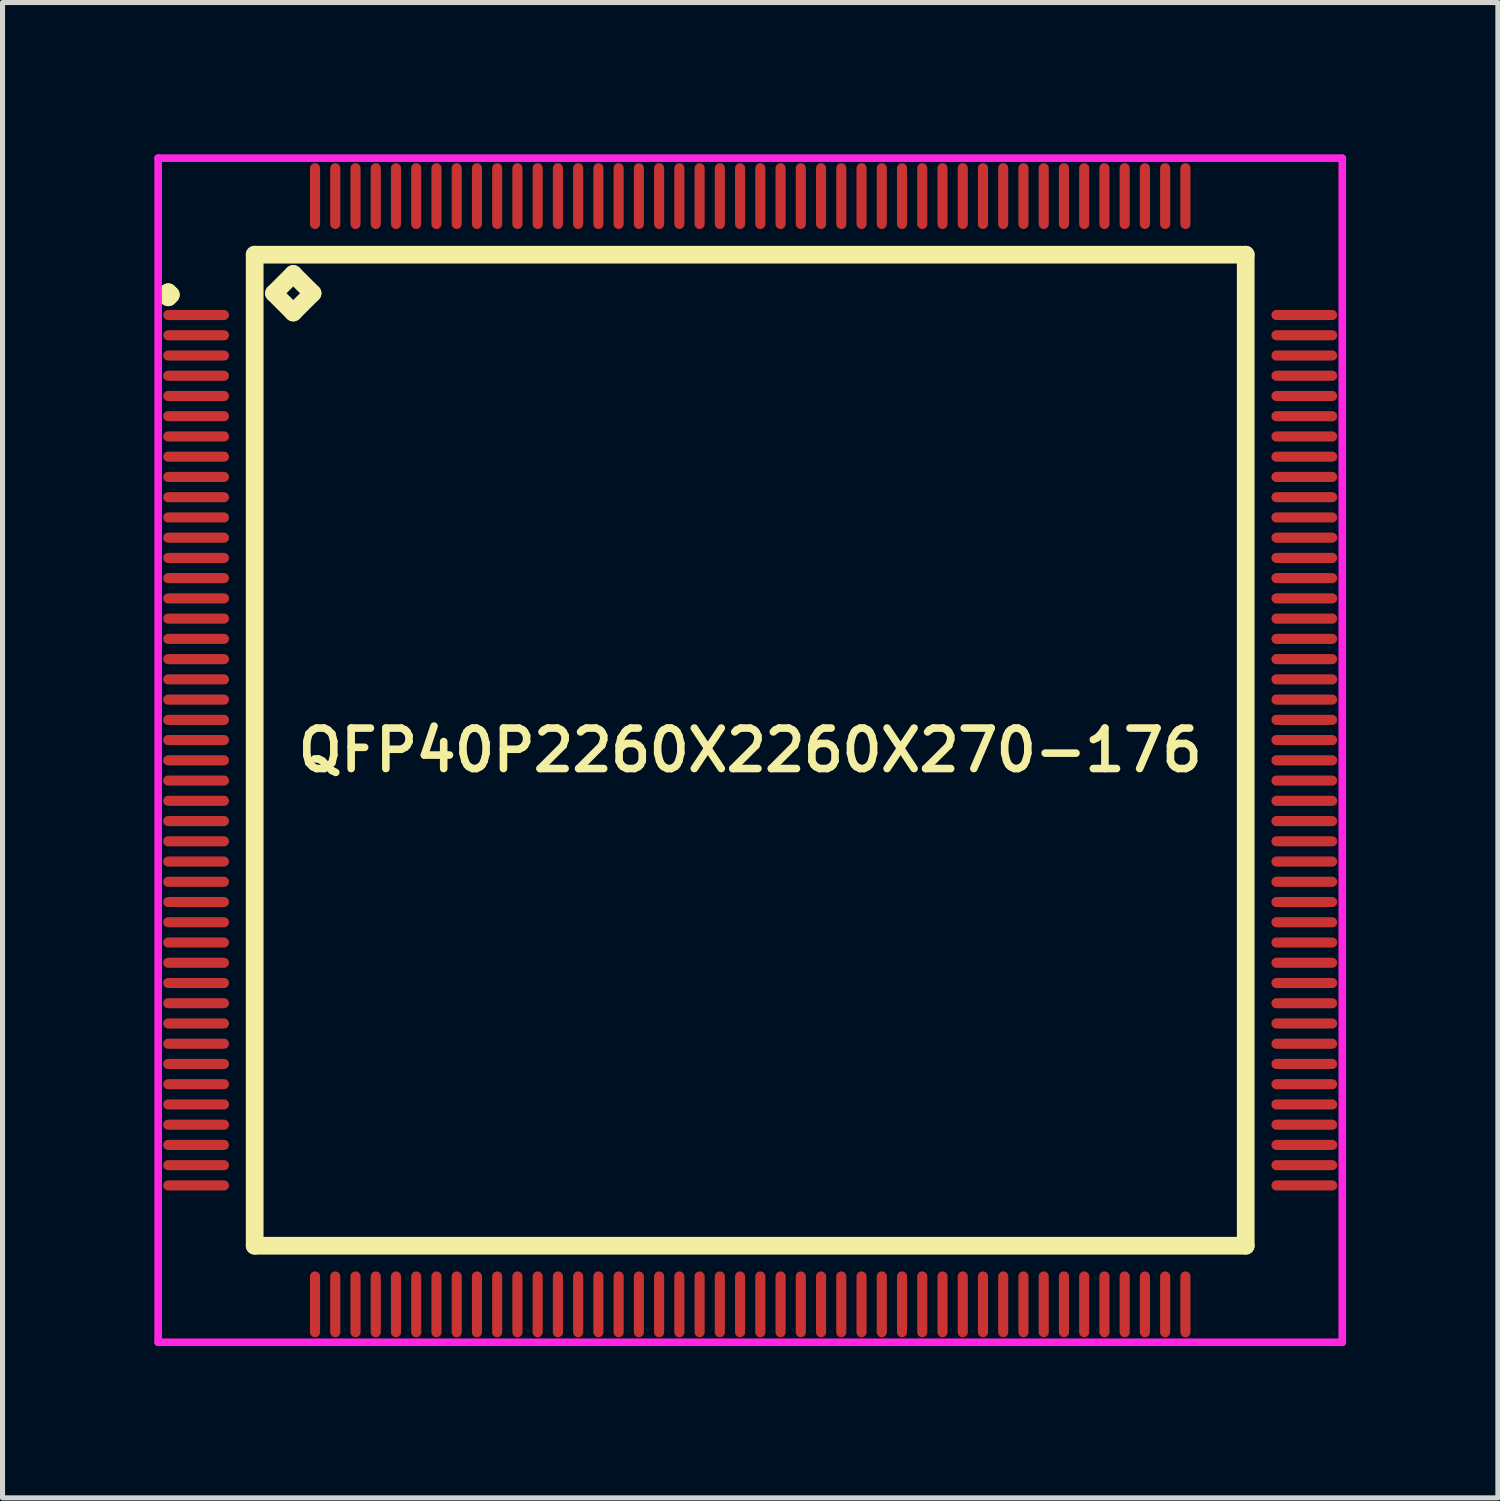
<source format=kicad_pcb>
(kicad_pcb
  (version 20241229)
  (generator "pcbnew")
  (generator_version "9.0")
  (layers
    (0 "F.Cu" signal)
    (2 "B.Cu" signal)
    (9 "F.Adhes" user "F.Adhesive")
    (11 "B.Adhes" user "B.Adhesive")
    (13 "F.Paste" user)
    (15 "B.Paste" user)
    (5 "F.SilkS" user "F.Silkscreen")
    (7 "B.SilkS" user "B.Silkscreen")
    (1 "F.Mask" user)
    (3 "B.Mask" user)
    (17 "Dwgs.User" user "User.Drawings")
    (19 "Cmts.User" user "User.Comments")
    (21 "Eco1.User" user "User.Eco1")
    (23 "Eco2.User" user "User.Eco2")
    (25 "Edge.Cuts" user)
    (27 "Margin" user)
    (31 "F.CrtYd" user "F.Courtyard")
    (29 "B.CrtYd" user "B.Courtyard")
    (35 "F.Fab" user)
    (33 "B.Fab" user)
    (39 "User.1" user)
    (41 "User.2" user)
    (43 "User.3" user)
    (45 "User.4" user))
  (footprint "QFP40P2260X2260X270-176"
    (layer "F.Cu")
    (at 11.775 11.775)
    (property "Reference" "QFP40P2260X2260X270-176" (at 0 0 0) (layer "F.SilkS") (effects (font (size 0.8 0.8) (thickness 0.15))))
    (attr smd)
    (fp_line (start -11.55 -9) (end -11.5 -9.05) (stroke (width 0.35) (type solid)) (layer "F.SilkS"))
    (fp_line (start -11.5 -9.05) (end -11.45 -9) (stroke (width 0.35) (type solid)) (layer "F.SilkS"))
    (fp_line (start -11.5 -8.95) (end -11.55 -9) (stroke (width 0.35) (type solid)) (layer "F.SilkS"))
    (fp_line (start -11.45 -9) (end -11.5 -8.95) (stroke (width 0.35) (type solid)) (layer "F.SilkS"))
    (fp_line (start -9.792 -9.792) (end -9.792 9.792) (stroke (width 0.35) (type solid)) (layer "F.SilkS"))
    (fp_line (start -9.792 9.792) (end 9.792 9.792) (stroke (width 0.35) (type solid)) (layer "F.SilkS"))
    (fp_line (start -9.411 -9.03) (end -9.03 -9.411) (stroke (width 0.35) (type solid)) (layer "F.SilkS"))
    (fp_line (start -9.03 -9.411) (end -8.649 -9.03) (stroke (width 0.35) (type solid)) (layer "F.SilkS"))
    (fp_line (start -9.03 -8.649) (end -9.411 -9.03) (stroke (width 0.35) (type solid)) (layer "F.SilkS"))
    (fp_line (start -8.649 -9.03) (end -9.03 -8.649) (stroke (width 0.35) (type solid)) (layer "F.SilkS"))
    (fp_line (start 9.792 -9.792) (end -9.792 -9.792) (stroke (width 0.35) (type solid)) (layer "F.SilkS"))
    (fp_line (start 9.792 9.792) (end 9.792 -9.792) (stroke (width 0.35) (type solid)) (layer "F.SilkS"))
    (fp_line (start -11.7 -11.7) (end 11.7 -11.7) (stroke (width 0.15) (type solid)) (layer "F.CrtYd"))
    (fp_line (start -11.7 11.7) (end -11.7 -11.7) (stroke (width 0.15) (type solid)) (layer "F.CrtYd"))
    (fp_line (start 11.7 -11.7) (end 11.7 11.7) (stroke (width 0.15) (type solid)) (layer "F.CrtYd"))
    (fp_line (start 11.7 11.7) (end -11.7 11.7) (stroke (width 0.15) (type solid)) (layer "F.CrtYd"))
    (pad "1" smd oval (at -10.95 -8.6) (size 1.3 0.2) (layers "F.Cu" "F.Mask" "F.Paste"))
    (pad "2" smd oval (at -10.95 -8.2) (size 1.3 0.2) (layers "F.Cu" "F.Mask" "F.Paste"))
    (pad "3" smd oval (at -10.95 -7.8) (size 1.3 0.2) (layers "F.Cu" "F.Mask" "F.Paste"))
    (pad "4" smd oval (at -10.95 -7.4) (size 1.3 0.2) (layers "F.Cu" "F.Mask" "F.Paste"))
    (pad "5" smd oval (at -10.95 -7) (size 1.3 0.2) (layers "F.Cu" "F.Mask" "F.Paste"))
    (pad "6" smd oval (at -10.95 -6.6) (size 1.3 0.2) (layers "F.Cu" "F.Mask" "F.Paste"))
    (pad "7" smd oval (at -10.95 -6.2) (size 1.3 0.2) (layers "F.Cu" "F.Mask" "F.Paste"))
    (pad "8" smd oval (at -10.95 -5.8) (size 1.3 0.2) (layers "F.Cu" "F.Mask" "F.Paste"))
    (pad "9" smd oval (at -10.95 -5.4) (size 1.3 0.2) (layers "F.Cu" "F.Mask" "F.Paste"))
    (pad "10" smd oval (at -10.95 -5) (size 1.3 0.2) (layers "F.Cu" "F.Mask" "F.Paste"))
    (pad "11" smd oval (at -10.95 -4.6) (size 1.3 0.2) (layers "F.Cu" "F.Mask" "F.Paste"))
    (pad "12" smd oval (at -10.95 -4.2) (size 1.3 0.2) (layers "F.Cu" "F.Mask" "F.Paste"))
    (pad "13" smd oval (at -10.95 -3.8) (size 1.3 0.2) (layers "F.Cu" "F.Mask" "F.Paste"))
    (pad "14" smd oval (at -10.95 -3.4) (size 1.3 0.2) (layers "F.Cu" "F.Mask" "F.Paste"))
    (pad "15" smd oval (at -10.95 -3) (size 1.3 0.2) (layers "F.Cu" "F.Mask" "F.Paste"))
    (pad "16" smd oval (at -10.95 -2.6) (size 1.3 0.2) (layers "F.Cu" "F.Mask" "F.Paste"))
    (pad "17" smd oval (at -10.95 -2.2) (size 1.3 0.2) (layers "F.Cu" "F.Mask" "F.Paste"))
    (pad "18" smd oval (at -10.95 -1.8) (size 1.3 0.2) (layers "F.Cu" "F.Mask" "F.Paste"))
    (pad "19" smd oval (at -10.95 -1.4) (size 1.3 0.2) (layers "F.Cu" "F.Mask" "F.Paste"))
    (pad "20" smd oval (at -10.95 -1) (size 1.3 0.2) (layers "F.Cu" "F.Mask" "F.Paste"))
    (pad "21" smd oval (at -10.95 -0.6) (size 1.3 0.2) (layers "F.Cu" "F.Mask" "F.Paste"))
    (pad "22" smd oval (at -10.95 -0.2) (size 1.3 0.2) (layers "F.Cu" "F.Mask" "F.Paste"))
    (pad "23" smd oval (at -10.95 0.2) (size 1.3 0.2) (layers "F.Cu" "F.Mask" "F.Paste"))
    (pad "24" smd oval (at -10.95 0.6) (size 1.3 0.2) (layers "F.Cu" "F.Mask" "F.Paste"))
    (pad "25" smd oval (at -10.95 1) (size 1.3 0.2) (layers "F.Cu" "F.Mask" "F.Paste"))
    (pad "26" smd oval (at -10.95 1.4) (size 1.3 0.2) (layers "F.Cu" "F.Mask" "F.Paste"))
    (pad "27" smd oval (at -10.95 1.8) (size 1.3 0.2) (layers "F.Cu" "F.Mask" "F.Paste"))
    (pad "28" smd oval (at -10.95 2.2) (size 1.3 0.2) (layers "F.Cu" "F.Mask" "F.Paste"))
    (pad "29" smd oval (at -10.95 2.6) (size 1.3 0.2) (layers "F.Cu" "F.Mask" "F.Paste"))
    (pad "30" smd oval (at -10.95 3) (size 1.3 0.2) (layers "F.Cu" "F.Mask" "F.Paste"))
    (pad "31" smd oval (at -10.95 3.4) (size 1.3 0.2) (layers "F.Cu" "F.Mask" "F.Paste"))
    (pad "32" smd oval (at -10.95 3.8) (size 1.3 0.2) (layers "F.Cu" "F.Mask" "F.Paste"))
    (pad "33" smd oval (at -10.95 4.2) (size 1.3 0.2) (layers "F.Cu" "F.Mask" "F.Paste"))
    (pad "34" smd oval (at -10.95 4.6) (size 1.3 0.2) (layers "F.Cu" "F.Mask" "F.Paste"))
    (pad "35" smd oval (at -10.95 5) (size 1.3 0.2) (layers "F.Cu" "F.Mask" "F.Paste"))
    (pad "36" smd oval (at -10.95 5.4) (size 1.3 0.2) (layers "F.Cu" "F.Mask" "F.Paste"))
    (pad "37" smd oval (at -10.95 5.8) (size 1.3 0.2) (layers "F.Cu" "F.Mask" "F.Paste"))
    (pad "38" smd oval (at -10.95 6.2) (size 1.3 0.2) (layers "F.Cu" "F.Mask" "F.Paste"))
    (pad "39" smd oval (at -10.95 6.6) (size 1.3 0.2) (layers "F.Cu" "F.Mask" "F.Paste"))
    (pad "40" smd oval (at -10.95 7) (size 1.3 0.2) (layers "F.Cu" "F.Mask" "F.Paste"))
    (pad "41" smd oval (at -10.95 7.4) (size 1.3 0.2) (layers "F.Cu" "F.Mask" "F.Paste"))
    (pad "42" smd oval (at -10.95 7.8) (size 1.3 0.2) (layers "F.Cu" "F.Mask" "F.Paste"))
    (pad "43" smd oval (at -10.95 8.2) (size 1.3 0.2) (layers "F.Cu" "F.Mask" "F.Paste"))
    (pad "44" smd oval (at -10.95 8.6) (size 1.3 0.2) (layers "F.Cu" "F.Mask" "F.Paste"))
    (pad "45" smd oval (at -8.6 10.95) (size 0.2 1.3) (layers "F.Cu" "F.Mask" "F.Paste"))
    (pad "46" smd oval (at -8.2 10.95) (size 0.2 1.3) (layers "F.Cu" "F.Mask" "F.Paste"))
    (pad "47" smd oval (at -7.8 10.95) (size 0.2 1.3) (layers "F.Cu" "F.Mask" "F.Paste"))
    (pad "48" smd oval (at -7.4 10.95) (size 0.2 1.3) (layers "F.Cu" "F.Mask" "F.Paste"))
    (pad "49" smd oval (at -7 10.95) (size 0.2 1.3) (layers "F.Cu" "F.Mask" "F.Paste"))
    (pad "50" smd oval (at -6.6 10.95) (size 0.2 1.3) (layers "F.Cu" "F.Mask" "F.Paste"))
    (pad "51" smd oval (at -6.2 10.95) (size 0.2 1.3) (layers "F.Cu" "F.Mask" "F.Paste"))
    (pad "52" smd oval (at -5.8 10.95) (size 0.2 1.3) (layers "F.Cu" "F.Mask" "F.Paste"))
    (pad "53" smd oval (at -5.4 10.95) (size 0.2 1.3) (layers "F.Cu" "F.Mask" "F.Paste"))
    (pad "54" smd oval (at -5 10.95) (size 0.2 1.3) (layers "F.Cu" "F.Mask" "F.Paste"))
    (pad "55" smd oval (at -4.6 10.95) (size 0.2 1.3) (layers "F.Cu" "F.Mask" "F.Paste"))
    (pad "56" smd oval (at -4.2 10.95) (size 0.2 1.3) (layers "F.Cu" "F.Mask" "F.Paste"))
    (pad "57" smd oval (at -3.8 10.95) (size 0.2 1.3) (layers "F.Cu" "F.Mask" "F.Paste"))
    (pad "58" smd oval (at -3.4 10.95) (size 0.2 1.3) (layers "F.Cu" "F.Mask" "F.Paste"))
    (pad "59" smd oval (at -3 10.95) (size 0.2 1.3) (layers "F.Cu" "F.Mask" "F.Paste"))
    (pad "60" smd oval (at -2.6 10.95) (size 0.2 1.3) (layers "F.Cu" "F.Mask" "F.Paste"))
    (pad "61" smd oval (at -2.2 10.95) (size 0.2 1.3) (layers "F.Cu" "F.Mask" "F.Paste"))
    (pad "62" smd oval (at -1.8 10.95) (size 0.2 1.3) (layers "F.Cu" "F.Mask" "F.Paste"))
    (pad "63" smd oval (at -1.4 10.95) (size 0.2 1.3) (layers "F.Cu" "F.Mask" "F.Paste"))
    (pad "64" smd oval (at -1 10.95) (size 0.2 1.3) (layers "F.Cu" "F.Mask" "F.Paste"))
    (pad "65" smd oval (at -0.6 10.95) (size 0.2 1.3) (layers "F.Cu" "F.Mask" "F.Paste"))
    (pad "66" smd oval (at -0.2 10.95) (size 0.2 1.3) (layers "F.Cu" "F.Mask" "F.Paste"))
    (pad "67" smd oval (at 0.2 10.95) (size 0.2 1.3) (layers "F.Cu" "F.Mask" "F.Paste"))
    (pad "68" smd oval (at 0.6 10.95) (size 0.2 1.3) (layers "F.Cu" "F.Mask" "F.Paste"))
    (pad "69" smd oval (at 1 10.95) (size 0.2 1.3) (layers "F.Cu" "F.Mask" "F.Paste"))
    (pad "70" smd oval (at 1.4 10.95) (size 0.2 1.3) (layers "F.Cu" "F.Mask" "F.Paste"))
    (pad "71" smd oval (at 1.8 10.95) (size 0.2 1.3) (layers "F.Cu" "F.Mask" "F.Paste"))
    (pad "72" smd oval (at 2.2 10.95) (size 0.2 1.3) (layers "F.Cu" "F.Mask" "F.Paste"))
    (pad "73" smd oval (at 2.6 10.95) (size 0.2 1.3) (layers "F.Cu" "F.Mask" "F.Paste"))
    (pad "74" smd oval (at 3 10.95) (size 0.2 1.3) (layers "F.Cu" "F.Mask" "F.Paste"))
    (pad "75" smd oval (at 3.4 10.95) (size 0.2 1.3) (layers "F.Cu" "F.Mask" "F.Paste"))
    (pad "76" smd oval (at 3.8 10.95) (size 0.2 1.3) (layers "F.Cu" "F.Mask" "F.Paste"))
    (pad "77" smd oval (at 4.2 10.95) (size 0.2 1.3) (layers "F.Cu" "F.Mask" "F.Paste"))
    (pad "78" smd oval (at 4.6 10.95) (size 0.2 1.3) (layers "F.Cu" "F.Mask" "F.Paste"))
    (pad "79" smd oval (at 5 10.95) (size 0.2 1.3) (layers "F.Cu" "F.Mask" "F.Paste"))
    (pad "80" smd oval (at 5.4 10.95) (size 0.2 1.3) (layers "F.Cu" "F.Mask" "F.Paste"))
    (pad "81" smd oval (at 5.8 10.95) (size 0.2 1.3) (layers "F.Cu" "F.Mask" "F.Paste"))
    (pad "82" smd oval (at 6.2 10.95) (size 0.2 1.3) (layers "F.Cu" "F.Mask" "F.Paste"))
    (pad "83" smd oval (at 6.6 10.95) (size 0.2 1.3) (layers "F.Cu" "F.Mask" "F.Paste"))
    (pad "84" smd oval (at 7 10.95) (size 0.2 1.3) (layers "F.Cu" "F.Mask" "F.Paste"))
    (pad "85" smd oval (at 7.4 10.95) (size 0.2 1.3) (layers "F.Cu" "F.Mask" "F.Paste"))
    (pad "86" smd oval (at 7.8 10.95) (size 0.2 1.3) (layers "F.Cu" "F.Mask" "F.Paste"))
    (pad "87" smd oval (at 8.2 10.95) (size 0.2 1.3) (layers "F.Cu" "F.Mask" "F.Paste"))
    (pad "88" smd oval (at 8.6 10.95) (size 0.2 1.3) (layers "F.Cu" "F.Mask" "F.Paste"))
    (pad "89" smd oval (at 10.95 8.6) (size 1.3 0.2) (layers "F.Cu" "F.Mask" "F.Paste"))
    (pad "90" smd oval (at 10.95 8.2) (size 1.3 0.2) (layers "F.Cu" "F.Mask" "F.Paste"))
    (pad "91" smd oval (at 10.95 7.8) (size 1.3 0.2) (layers "F.Cu" "F.Mask" "F.Paste"))
    (pad "92" smd oval (at 10.95 7.4) (size 1.3 0.2) (layers "F.Cu" "F.Mask" "F.Paste"))
    (pad "93" smd oval (at 10.95 7) (size 1.3 0.2) (layers "F.Cu" "F.Mask" "F.Paste"))
    (pad "94" smd oval (at 10.95 6.6) (size 1.3 0.2) (layers "F.Cu" "F.Mask" "F.Paste"))
    (pad "95" smd oval (at 10.95 6.2) (size 1.3 0.2) (layers "F.Cu" "F.Mask" "F.Paste"))
    (pad "96" smd oval (at 10.95 5.8) (size 1.3 0.2) (layers "F.Cu" "F.Mask" "F.Paste"))
    (pad "97" smd oval (at 10.95 5.4) (size 1.3 0.2) (layers "F.Cu" "F.Mask" "F.Paste"))
    (pad "98" smd oval (at 10.95 5) (size 1.3 0.2) (layers "F.Cu" "F.Mask" "F.Paste"))
    (pad "99" smd oval (at 10.95 4.6) (size 1.3 0.2) (layers "F.Cu" "F.Mask" "F.Paste"))
    (pad "100" smd oval (at 10.95 4.2) (size 1.3 0.2) (layers "F.Cu" "F.Mask" "F.Paste"))
    (pad "101" smd oval (at 10.95 3.8) (size 1.3 0.2) (layers "F.Cu" "F.Mask" "F.Paste"))
    (pad "102" smd oval (at 10.95 3.4) (size 1.3 0.2) (layers "F.Cu" "F.Mask" "F.Paste"))
    (pad "103" smd oval (at 10.95 3) (size 1.3 0.2) (layers "F.Cu" "F.Mask" "F.Paste"))
    (pad "104" smd oval (at 10.95 2.6) (size 1.3 0.2) (layers "F.Cu" "F.Mask" "F.Paste"))
    (pad "105" smd oval (at 10.95 2.2) (size 1.3 0.2) (layers "F.Cu" "F.Mask" "F.Paste"))
    (pad "106" smd oval (at 10.95 1.8) (size 1.3 0.2) (layers "F.Cu" "F.Mask" "F.Paste"))
    (pad "107" smd oval (at 10.95 1.4) (size 1.3 0.2) (layers "F.Cu" "F.Mask" "F.Paste"))
    (pad "108" smd oval (at 10.95 1) (size 1.3 0.2) (layers "F.Cu" "F.Mask" "F.Paste"))
    (pad "109" smd oval (at 10.95 0.6) (size 1.3 0.2) (layers "F.Cu" "F.Mask" "F.Paste"))
    (pad "110" smd oval (at 10.95 0.2) (size 1.3 0.2) (layers "F.Cu" "F.Mask" "F.Paste"))
    (pad "111" smd oval (at 10.95 -0.2) (size 1.3 0.2) (layers "F.Cu" "F.Mask" "F.Paste"))
    (pad "112" smd oval (at 10.95 -0.6) (size 1.3 0.2) (layers "F.Cu" "F.Mask" "F.Paste"))
    (pad "113" smd oval (at 10.95 -1) (size 1.3 0.2) (layers "F.Cu" "F.Mask" "F.Paste"))
    (pad "114" smd oval (at 10.95 -1.4) (size 1.3 0.2) (layers "F.Cu" "F.Mask" "F.Paste"))
    (pad "115" smd oval (at 10.95 -1.8) (size 1.3 0.2) (layers "F.Cu" "F.Mask" "F.Paste"))
    (pad "116" smd oval (at 10.95 -2.2) (size 1.3 0.2) (layers "F.Cu" "F.Mask" "F.Paste"))
    (pad "117" smd oval (at 10.95 -2.6) (size 1.3 0.2) (layers "F.Cu" "F.Mask" "F.Paste"))
    (pad "118" smd oval (at 10.95 -3) (size 1.3 0.2) (layers "F.Cu" "F.Mask" "F.Paste"))
    (pad "119" smd oval (at 10.95 -3.4) (size 1.3 0.2) (layers "F.Cu" "F.Mask" "F.Paste"))
    (pad "120" smd oval (at 10.95 -3.8) (size 1.3 0.2) (layers "F.Cu" "F.Mask" "F.Paste"))
    (pad "121" smd oval (at 10.95 -4.2) (size 1.3 0.2) (layers "F.Cu" "F.Mask" "F.Paste"))
    (pad "122" smd oval (at 10.95 -4.6) (size 1.3 0.2) (layers "F.Cu" "F.Mask" "F.Paste"))
    (pad "123" smd oval (at 10.95 -5) (size 1.3 0.2) (layers "F.Cu" "F.Mask" "F.Paste"))
    (pad "124" smd oval (at 10.95 -5.4) (size 1.3 0.2) (layers "F.Cu" "F.Mask" "F.Paste"))
    (pad "125" smd oval (at 10.95 -5.8) (size 1.3 0.2) (layers "F.Cu" "F.Mask" "F.Paste"))
    (pad "126" smd oval (at 10.95 -6.2) (size 1.3 0.2) (layers "F.Cu" "F.Mask" "F.Paste"))
    (pad "127" smd oval (at 10.95 -6.6) (size 1.3 0.2) (layers "F.Cu" "F.Mask" "F.Paste"))
    (pad "128" smd oval (at 10.95 -7) (size 1.3 0.2) (layers "F.Cu" "F.Mask" "F.Paste"))
    (pad "129" smd oval (at 10.95 -7.4) (size 1.3 0.2) (layers "F.Cu" "F.Mask" "F.Paste"))
    (pad "130" smd oval (at 10.95 -7.8) (size 1.3 0.2) (layers "F.Cu" "F.Mask" "F.Paste"))
    (pad "131" smd oval (at 10.95 -8.2) (size 1.3 0.2) (layers "F.Cu" "F.Mask" "F.Paste"))
    (pad "132" smd oval (at 10.95 -8.6) (size 1.3 0.2) (layers "F.Cu" "F.Mask" "F.Paste"))
    (pad "133" smd oval (at 8.6 -10.95) (size 0.2 1.3) (layers "F.Cu" "F.Mask" "F.Paste"))
    (pad "134" smd oval (at 8.2 -10.95) (size 0.2 1.3) (layers "F.Cu" "F.Mask" "F.Paste"))
    (pad "135" smd oval (at 7.8 -10.95) (size 0.2 1.3) (layers "F.Cu" "F.Mask" "F.Paste"))
    (pad "136" smd oval (at 7.4 -10.95) (size 0.2 1.3) (layers "F.Cu" "F.Mask" "F.Paste"))
    (pad "137" smd oval (at 7 -10.95) (size 0.2 1.3) (layers "F.Cu" "F.Mask" "F.Paste"))
    (pad "138" smd oval (at 6.6 -10.95) (size 0.2 1.3) (layers "F.Cu" "F.Mask" "F.Paste"))
    (pad "139" smd oval (at 6.2 -10.95) (size 0.2 1.3) (layers "F.Cu" "F.Mask" "F.Paste"))
    (pad "140" smd oval (at 5.8 -10.95) (size 0.2 1.3) (layers "F.Cu" "F.Mask" "F.Paste"))
    (pad "141" smd oval (at 5.4 -10.95) (size 0.2 1.3) (layers "F.Cu" "F.Mask" "F.Paste"))
    (pad "142" smd oval (at 5 -10.95) (size 0.2 1.3) (layers "F.Cu" "F.Mask" "F.Paste"))
    (pad "143" smd oval (at 4.6 -10.95) (size 0.2 1.3) (layers "F.Cu" "F.Mask" "F.Paste"))
    (pad "144" smd oval (at 4.2 -10.95) (size 0.2 1.3) (layers "F.Cu" "F.Mask" "F.Paste"))
    (pad "145" smd oval (at 3.8 -10.95) (size 0.2 1.3) (layers "F.Cu" "F.Mask" "F.Paste"))
    (pad "146" smd oval (at 3.4 -10.95) (size 0.2 1.3) (layers "F.Cu" "F.Mask" "F.Paste"))
    (pad "147" smd oval (at 3 -10.95) (size 0.2 1.3) (layers "F.Cu" "F.Mask" "F.Paste"))
    (pad "148" smd oval (at 2.6 -10.95) (size 0.2 1.3) (layers "F.Cu" "F.Mask" "F.Paste"))
    (pad "149" smd oval (at 2.2 -10.95) (size 0.2 1.3) (layers "F.Cu" "F.Mask" "F.Paste"))
    (pad "150" smd oval (at 1.8 -10.95) (size 0.2 1.3) (layers "F.Cu" "F.Mask" "F.Paste"))
    (pad "151" smd oval (at 1.4 -10.95) (size 0.2 1.3) (layers "F.Cu" "F.Mask" "F.Paste"))
    (pad "152" smd oval (at 1 -10.95) (size 0.2 1.3) (layers "F.Cu" "F.Mask" "F.Paste"))
    (pad "153" smd oval (at 0.6 -10.95) (size 0.2 1.3) (layers "F.Cu" "F.Mask" "F.Paste"))
    (pad "154" smd oval (at 0.2 -10.95) (size 0.2 1.3) (layers "F.Cu" "F.Mask" "F.Paste"))
    (pad "155" smd oval (at -0.2 -10.95) (size 0.2 1.3) (layers "F.Cu" "F.Mask" "F.Paste"))
    (pad "156" smd oval (at -0.6 -10.95) (size 0.2 1.3) (layers "F.Cu" "F.Mask" "F.Paste"))
    (pad "157" smd oval (at -1 -10.95) (size 0.2 1.3) (layers "F.Cu" "F.Mask" "F.Paste"))
    (pad "158" smd oval (at -1.4 -10.95) (size 0.2 1.3) (layers "F.Cu" "F.Mask" "F.Paste"))
    (pad "159" smd oval (at -1.8 -10.95) (size 0.2 1.3) (layers "F.Cu" "F.Mask" "F.Paste"))
    (pad "160" smd oval (at -2.2 -10.95) (size 0.2 1.3) (layers "F.Cu" "F.Mask" "F.Paste"))
    (pad "161" smd oval (at -2.6 -10.95) (size 0.2 1.3) (layers "F.Cu" "F.Mask" "F.Paste"))
    (pad "162" smd oval (at -3 -10.95) (size 0.2 1.3) (layers "F.Cu" "F.Mask" "F.Paste"))
    (pad "163" smd oval (at -3.4 -10.95) (size 0.2 1.3) (layers "F.Cu" "F.Mask" "F.Paste"))
    (pad "164" smd oval (at -3.8 -10.95) (size 0.2 1.3) (layers "F.Cu" "F.Mask" "F.Paste"))
    (pad "165" smd oval (at -4.2 -10.95) (size 0.2 1.3) (layers "F.Cu" "F.Mask" "F.Paste"))
    (pad "166" smd oval (at -4.6 -10.95) (size 0.2 1.3) (layers "F.Cu" "F.Mask" "F.Paste"))
    (pad "167" smd oval (at -5 -10.95) (size 0.2 1.3) (layers "F.Cu" "F.Mask" "F.Paste"))
    (pad "168" smd oval (at -5.4 -10.95) (size 0.2 1.3) (layers "F.Cu" "F.Mask" "F.Paste"))
    (pad "169" smd oval (at -5.8 -10.95) (size 0.2 1.3) (layers "F.Cu" "F.Mask" "F.Paste"))
    (pad "170" smd oval (at -6.2 -10.95) (size 0.2 1.3) (layers "F.Cu" "F.Mask" "F.Paste"))
    (pad "171" smd oval (at -6.6 -10.95) (size 0.2 1.3) (layers "F.Cu" "F.Mask" "F.Paste"))
    (pad "172" smd oval (at -7 -10.95) (size 0.2 1.3) (layers "F.Cu" "F.Mask" "F.Paste"))
    (pad "173" smd oval (at -7.4 -10.95) (size 0.2 1.3) (layers "F.Cu" "F.Mask" "F.Paste"))
    (pad "174" smd oval (at -7.8 -10.95) (size 0.2 1.3) (layers "F.Cu" "F.Mask" "F.Paste"))
    (pad "175" smd oval (at -8.2 -10.95) (size 0.2 1.3) (layers "F.Cu" "F.Mask" "F.Paste"))
    (pad "176" smd oval (at -8.6 -10.95) (size 0.2 1.3) (layers "F.Cu" "F.Mask" "F.Paste")))
  (gr_rect
    (start -3 -3)
    (end 26.55 26.55)
    (stroke (width 0.1) (type default))
    (fill no)
    (layer "Edge.Cuts")))
</source>
